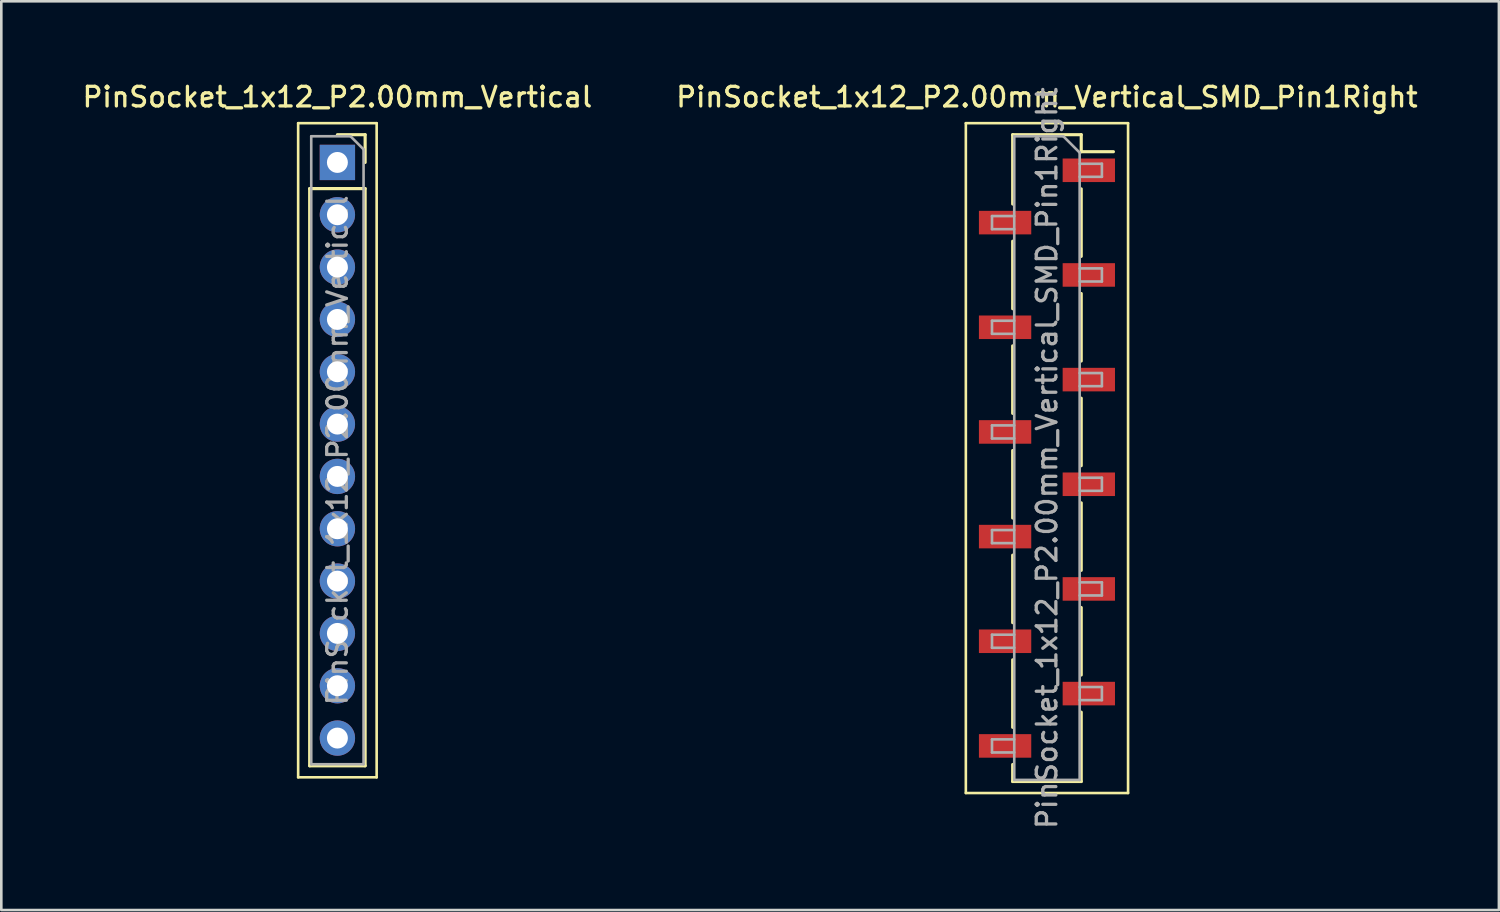
<source format=kicad_pcb>
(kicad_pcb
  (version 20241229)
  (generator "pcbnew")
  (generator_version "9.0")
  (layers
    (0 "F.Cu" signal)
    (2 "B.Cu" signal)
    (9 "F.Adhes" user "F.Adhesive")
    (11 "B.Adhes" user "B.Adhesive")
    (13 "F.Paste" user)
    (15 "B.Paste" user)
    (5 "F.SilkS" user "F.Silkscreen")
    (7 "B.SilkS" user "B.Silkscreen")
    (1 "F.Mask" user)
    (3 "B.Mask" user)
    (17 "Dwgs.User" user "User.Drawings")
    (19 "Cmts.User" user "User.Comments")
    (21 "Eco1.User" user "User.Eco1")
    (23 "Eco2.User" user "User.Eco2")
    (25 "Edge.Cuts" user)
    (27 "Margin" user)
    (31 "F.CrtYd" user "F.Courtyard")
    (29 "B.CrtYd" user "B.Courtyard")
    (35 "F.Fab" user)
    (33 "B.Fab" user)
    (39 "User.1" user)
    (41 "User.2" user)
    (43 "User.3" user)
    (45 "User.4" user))
  (footprint "PinSocket_1x12_P2.00mm_Vertical"
    (layer "F.Cu")
    (at 9.845 3.158)
    (property "Reference" "PinSocket_1x12_P2.00mm_Vertical" (at 0 -2.5 0) (layer "F.SilkS") (effects (font (size 0.75 0.75) (thickness 0.125))))
    (attr through_hole)
    (fp_line (start -1.5 -1.5) (end 1.5 -1.5) (stroke (width 0.1) (type solid)) (layer "F.SilkS"))
    (fp_line (start -1.5 23.5) (end -1.5 -1.5) (stroke (width 0.1) (type solid)) (layer "F.SilkS"))
    (fp_line (start -1.06 1) (end -1.06 23.06) (stroke (width 0.12) (type solid)) (layer "F.SilkS"))
    (fp_line (start -1.06 1) (end 1.06 1) (stroke (width 0.12) (type solid)) (layer "F.SilkS"))
    (fp_line (start -1.06 23.06) (end 1.06 23.06) (stroke (width 0.12) (type solid)) (layer "F.SilkS"))
    (fp_line (start 0 -1.06) (end 1.06 -1.06) (stroke (width 0.12) (type solid)) (layer "F.SilkS"))
    (fp_line (start 1.06 -1.06) (end 1.06 0) (stroke (width 0.12) (type solid)) (layer "F.SilkS"))
    (fp_line (start 1.06 1) (end 1.06 23.06) (stroke (width 0.12) (type solid)) (layer "F.SilkS"))
    (fp_line (start 1.5 -1.5) (end 1.5 23.5) (stroke (width 0.1) (type solid)) (layer "F.SilkS"))
    (fp_line (start 1.5 23.5) (end -1.5 23.5) (stroke (width 0.1) (type solid)) (layer "F.SilkS"))
    (fp_line (start -1 -1) (end 0.5 -1) (stroke (width 0.1) (type solid)) (layer "F.Fab"))
    (fp_line (start -1 23) (end -1 -1) (stroke (width 0.1) (type solid)) (layer "F.Fab"))
    (fp_line (start 0.5 -1) (end 1 -0.5) (stroke (width 0.1) (type solid)) (layer "F.Fab"))
    (fp_line (start 1 -0.5) (end 1 23) (stroke (width 0.1) (type solid)) (layer "F.Fab"))
    (fp_line (start 1 23) (end -1 23) (stroke (width 0.1) (type solid)) (layer "F.Fab"))
    (fp_text user "${REFERENCE}" (at 0 11 90) (layer "F.Fab") (effects (font (size 0.75 0.75) (thickness 0.125))))
    (pad "1" thru_hole rect (at 0 0) (size 1.35 1.35) (drill 0.8) (layers "*.Cu" "*.Mask"))
    (pad "2" thru_hole oval (at 0 2) (size 1.35 1.35) (drill 0.8) (layers "*.Cu" "*.Mask"))
    (pad "3" thru_hole oval (at 0 4) (size 1.35 1.35) (drill 0.8) (layers "*.Cu" "*.Mask"))
    (pad "4" thru_hole oval (at 0 6) (size 1.35 1.35) (drill 0.8) (layers "*.Cu" "*.Mask"))
    (pad "5" thru_hole oval (at 0 8) (size 1.35 1.35) (drill 0.8) (layers "*.Cu" "*.Mask"))
    (pad "6" thru_hole oval (at 0 10) (size 1.35 1.35) (drill 0.8) (layers "*.Cu" "*.Mask"))
    (pad "7" thru_hole oval (at 0 12) (size 1.35 1.35) (drill 0.8) (layers "*.Cu" "*.Mask"))
    (pad "8" thru_hole oval (at 0 14) (size 1.35 1.35) (drill 0.8) (layers "*.Cu" "*.Mask"))
    (pad "9" thru_hole oval (at 0 16) (size 1.35 1.35) (drill 0.8) (layers "*.Cu" "*.Mask"))
    (pad "10" thru_hole oval (at 0 18) (size 1.35 1.35) (drill 0.8) (layers "*.Cu" "*.Mask"))
    (pad "11" thru_hole oval (at 0 20) (size 1.35 1.35) (drill 0.8) (layers "*.Cu" "*.Mask"))
    (pad "12" thru_hole oval (at 0 22) (size 1.35 1.35) (drill 0.8) (layers "*.Cu" "*.Mask")))
  (footprint "PinSocket_1x12_P2.00mm_Vertical_SMD_Pin1Right"
    (layer "F.Cu")
    (at 36.963 14.458)
    (property "Reference" "PinSocket_1x12_P2.00mm_Vertical_SMD_Pin1Right" (at 0 -13.8 0) (layer "F.SilkS") (effects (font (size 0.75 0.75) (thickness 0.125))))
    (attr smd)
    (fp_line (start -3.1 -12.8) (end 3.1 -12.8) (stroke (width 0.1) (type solid)) (layer "F.SilkS"))
    (fp_line (start -3.1 12.8) (end -3.1 -12.8) (stroke (width 0.1) (type solid)) (layer "F.SilkS"))
    (fp_line (start -1.31 -12.36) (end -1.31 -9.71) (stroke (width 0.12) (type solid)) (layer "F.SilkS"))
    (fp_line (start -1.31 -12.36) (end 1.31 -12.36) (stroke (width 0.12) (type solid)) (layer "F.SilkS"))
    (fp_line (start -1.31 -8.29) (end -1.31 -5.71) (stroke (width 0.12) (type solid)) (layer "F.SilkS"))
    (fp_line (start -1.31 -4.29) (end -1.31 -1.71) (stroke (width 0.12) (type solid)) (layer "F.SilkS"))
    (fp_line (start -1.31 -0.29) (end -1.31 2.29) (stroke (width 0.12) (type solid)) (layer "F.SilkS"))
    (fp_line (start -1.31 3.71) (end -1.31 6.29) (stroke (width 0.12) (type solid)) (layer "F.SilkS"))
    (fp_line (start -1.31 7.71) (end -1.31 10.29) (stroke (width 0.12) (type solid)) (layer "F.SilkS"))
    (fp_line (start -1.31 11.71) (end -1.31 12.36) (stroke (width 0.12) (type solid)) (layer "F.SilkS"))
    (fp_line (start -1.31 12.36) (end 1.31 12.36) (stroke (width 0.12) (type solid)) (layer "F.SilkS"))
    (fp_line (start 1.31 -12.36) (end 1.31 -11.71) (stroke (width 0.12) (type solid)) (layer "F.SilkS"))
    (fp_line (start 1.31 -11.71) (end 2.54 -11.71) (stroke (width 0.12) (type solid)) (layer "F.SilkS"))
    (fp_line (start 1.31 -10.29) (end 1.31 -7.71) (stroke (width 0.12) (type solid)) (layer "F.SilkS"))
    (fp_line (start 1.31 -6.29) (end 1.31 -3.71) (stroke (width 0.12) (type solid)) (layer "F.SilkS"))
    (fp_line (start 1.31 -2.29) (end 1.31 0.29) (stroke (width 0.12) (type solid)) (layer "F.SilkS"))
    (fp_line (start 1.31 1.71) (end 1.31 4.29) (stroke (width 0.12) (type solid)) (layer "F.SilkS"))
    (fp_line (start 1.31 5.71) (end 1.31 8.29) (stroke (width 0.12) (type solid)) (layer "F.SilkS"))
    (fp_line (start 1.31 9.71) (end 1.31 12.36) (stroke (width 0.12) (type solid)) (layer "F.SilkS"))
    (fp_line (start 3.1 -12.8) (end 3.1 12.8) (stroke (width 0.1) (type solid)) (layer "F.SilkS"))
    (fp_line (start 3.1 12.8) (end -3.1 12.8) (stroke (width 0.1) (type solid)) (layer "F.SilkS"))
    (fp_line (start -2.1 -9.25) (end -1.25 -9.25) (stroke (width 0.1) (type solid)) (layer "F.Fab"))
    (fp_line (start -2.1 -8.75) (end -2.1 -9.25) (stroke (width 0.1) (type solid)) (layer "F.Fab"))
    (fp_line (start -2.1 -5.25) (end -1.25 -5.25) (stroke (width 0.1) (type solid)) (layer "F.Fab"))
    (fp_line (start -2.1 -4.75) (end -2.1 -5.25) (stroke (width 0.1) (type solid)) (layer "F.Fab"))
    (fp_line (start -2.1 -1.25) (end -1.25 -1.25) (stroke (width 0.1) (type solid)) (layer "F.Fab"))
    (fp_line (start -2.1 -0.75) (end -2.1 -1.25) (stroke (width 0.1) (type solid)) (layer "F.Fab"))
    (fp_line (start -2.1 2.75) (end -1.25 2.75) (stroke (width 0.1) (type solid)) (layer "F.Fab"))
    (fp_line (start -2.1 3.25) (end -2.1 2.75) (stroke (width 0.1) (type solid)) (layer "F.Fab"))
    (fp_line (start -2.1 6.75) (end -1.25 6.75) (stroke (width 0.1) (type solid)) (layer "F.Fab"))
    (fp_line (start -2.1 7.25) (end -2.1 6.75) (stroke (width 0.1) (type solid)) (layer "F.Fab"))
    (fp_line (start -2.1 10.75) (end -1.25 10.75) (stroke (width 0.1) (type solid)) (layer "F.Fab"))
    (fp_line (start -2.1 11.25) (end -2.1 10.75) (stroke (width 0.1) (type solid)) (layer "F.Fab"))
    (fp_line (start -1.25 -12.3) (end 0.625 -12.3) (stroke (width 0.1) (type solid)) (layer "F.Fab"))
    (fp_line (start -1.25 -8.75) (end -2.1 -8.75) (stroke (width 0.1) (type solid)) (layer "F.Fab"))
    (fp_line (start -1.25 -4.75) (end -2.1 -4.75) (stroke (width 0.1) (type solid)) (layer "F.Fab"))
    (fp_line (start -1.25 -0.75) (end -2.1 -0.75) (stroke (width 0.1) (type solid)) (layer "F.Fab"))
    (fp_line (start -1.25 3.25) (end -2.1 3.25) (stroke (width 0.1) (type solid)) (layer "F.Fab"))
    (fp_line (start -1.25 7.25) (end -2.1 7.25) (stroke (width 0.1) (type solid)) (layer "F.Fab"))
    (fp_line (start -1.25 11.25) (end -2.1 11.25) (stroke (width 0.1) (type solid)) (layer "F.Fab"))
    (fp_line (start -1.25 12.3) (end -1.25 -12.3) (stroke (width 0.1) (type solid)) (layer "F.Fab"))
    (fp_line (start 0.625 -12.3) (end 1.25 -11.675) (stroke (width 0.1) (type solid)) (layer "F.Fab"))
    (fp_line (start 1.25 -11.675) (end 1.25 12.3) (stroke (width 0.1) (type solid)) (layer "F.Fab"))
    (fp_line (start 1.25 -11.25) (end 2.1 -11.25) (stroke (width 0.1) (type solid)) (layer "F.Fab"))
    (fp_line (start 1.25 -7.25) (end 2.1 -7.25) (stroke (width 0.1) (type solid)) (layer "F.Fab"))
    (fp_line (start 1.25 -3.25) (end 2.1 -3.25) (stroke (width 0.1) (type solid)) (layer "F.Fab"))
    (fp_line (start 1.25 0.75) (end 2.1 0.75) (stroke (width 0.1) (type solid)) (layer "F.Fab"))
    (fp_line (start 1.25 4.75) (end 2.1 4.75) (stroke (width 0.1) (type solid)) (layer "F.Fab"))
    (fp_line (start 1.25 8.75) (end 2.1 8.75) (stroke (width 0.1) (type solid)) (layer "F.Fab"))
    (fp_line (start 1.25 12.3) (end -1.25 12.3) (stroke (width 0.1) (type solid)) (layer "F.Fab"))
    (fp_line (start 2.1 -11.25) (end 2.1 -10.75) (stroke (width 0.1) (type solid)) (layer "F.Fab"))
    (fp_line (start 2.1 -10.75) (end 1.25 -10.75) (stroke (width 0.1) (type solid)) (layer "F.Fab"))
    (fp_line (start 2.1 -7.25) (end 2.1 -6.75) (stroke (width 0.1) (type solid)) (layer "F.Fab"))
    (fp_line (start 2.1 -6.75) (end 1.25 -6.75) (stroke (width 0.1) (type solid)) (layer "F.Fab"))
    (fp_line (start 2.1 -3.25) (end 2.1 -2.75) (stroke (width 0.1) (type solid)) (layer "F.Fab"))
    (fp_line (start 2.1 -2.75) (end 1.25 -2.75) (stroke (width 0.1) (type solid)) (layer "F.Fab"))
    (fp_line (start 2.1 0.75) (end 2.1 1.25) (stroke (width 0.1) (type solid)) (layer "F.Fab"))
    (fp_line (start 2.1 1.25) (end 1.25 1.25) (stroke (width 0.1) (type solid)) (layer "F.Fab"))
    (fp_line (start 2.1 4.75) (end 2.1 5.25) (stroke (width 0.1) (type solid)) (layer "F.Fab"))
    (fp_line (start 2.1 5.25) (end 1.25 5.25) (stroke (width 0.1) (type solid)) (layer "F.Fab"))
    (fp_line (start 2.1 8.75) (end 2.1 9.25) (stroke (width 0.1) (type solid)) (layer "F.Fab"))
    (fp_line (start 2.1 9.25) (end 1.25 9.25) (stroke (width 0.1) (type solid)) (layer "F.Fab"))
    (fp_text user "${REFERENCE}" (at 0 0 90) (layer "F.Fab") (effects (font (size 0.75 0.75) (thickness 0.125))))
    (pad "1" smd rect (at 1.6 -11) (size 2 0.9) (layers "F.Cu" "F.Mask" "F.Paste"))
    (pad "2" smd rect (at -1.6 -9) (size 2 0.9) (layers "F.Cu" "F.Mask" "F.Paste"))
    (pad "3" smd rect (at 1.6 -7) (size 2 0.9) (layers "F.Cu" "F.Mask" "F.Paste"))
    (pad "4" smd rect (at -1.6 -5) (size 2 0.9) (layers "F.Cu" "F.Mask" "F.Paste"))
    (pad "5" smd rect (at 1.6 -3) (size 2 0.9) (layers "F.Cu" "F.Mask" "F.Paste"))
    (pad "6" smd rect (at -1.6 -1) (size 2 0.9) (layers "F.Cu" "F.Mask" "F.Paste"))
    (pad "7" smd rect (at 1.6 1) (size 2 0.9) (layers "F.Cu" "F.Mask" "F.Paste"))
    (pad "8" smd rect (at -1.6 3) (size 2 0.9) (layers "F.Cu" "F.Mask" "F.Paste"))
    (pad "9" smd rect (at 1.6 5) (size 2 0.9) (layers "F.Cu" "F.Mask" "F.Paste"))
    (pad "10" smd rect (at -1.6 7) (size 2 0.9) (layers "F.Cu" "F.Mask" "F.Paste"))
    (pad "11" smd rect (at 1.6 9) (size 2 0.9) (layers "F.Cu" "F.Mask" "F.Paste"))
    (pad "12" smd rect (at -1.6 11) (size 2 0.9) (layers "F.Cu" "F.Mask" "F.Paste")))
  (gr_rect
    (start -3 -3)
    (end 54.236 31.731)
    (stroke (width 0.1) (type default))
    (fill no)
    (layer "Edge.Cuts")))
</source>
